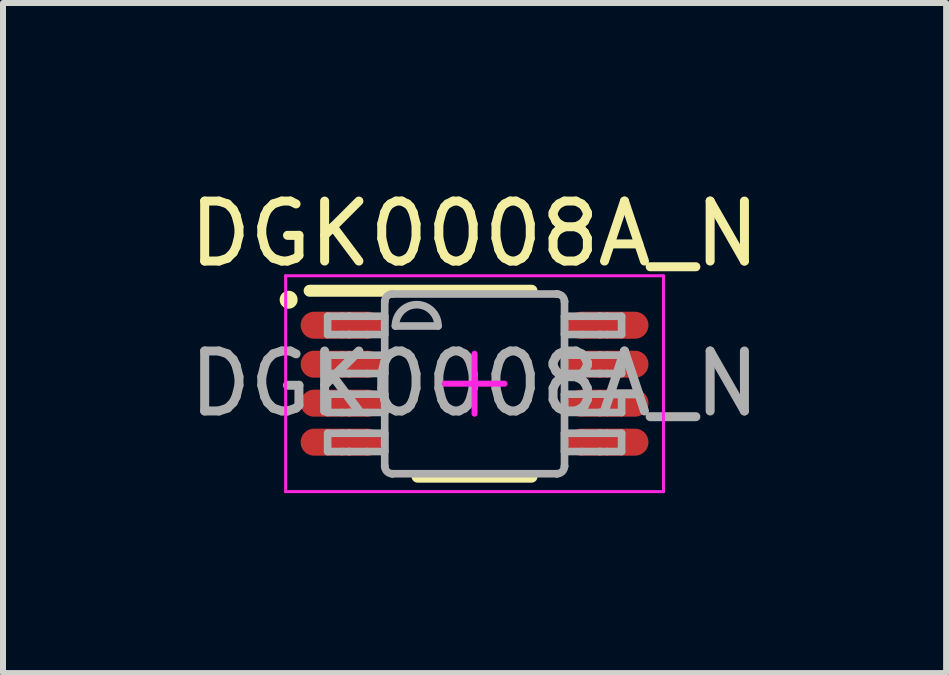
<source format=kicad_pcb>
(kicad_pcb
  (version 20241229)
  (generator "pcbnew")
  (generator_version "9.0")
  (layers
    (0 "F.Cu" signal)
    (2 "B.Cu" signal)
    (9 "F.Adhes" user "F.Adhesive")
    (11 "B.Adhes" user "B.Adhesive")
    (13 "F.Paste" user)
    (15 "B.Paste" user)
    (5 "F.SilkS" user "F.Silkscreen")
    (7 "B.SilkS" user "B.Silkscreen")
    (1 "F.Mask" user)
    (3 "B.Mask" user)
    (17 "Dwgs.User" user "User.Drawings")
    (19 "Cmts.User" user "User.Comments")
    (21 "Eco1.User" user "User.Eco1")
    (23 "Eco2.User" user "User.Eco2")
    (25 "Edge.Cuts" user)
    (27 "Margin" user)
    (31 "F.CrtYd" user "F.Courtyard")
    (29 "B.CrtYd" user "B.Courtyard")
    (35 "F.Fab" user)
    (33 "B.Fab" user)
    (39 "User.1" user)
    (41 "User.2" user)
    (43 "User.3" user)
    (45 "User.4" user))
  (footprint "DGK0008A_N"
    (layer "F.Cu")
    (at 4.863 3.348)
    (property "Reference" "DGK0008A_N" (at 0 -2.5 0) (unlocked yes) (layer "F.SilkS") (effects (font (size 1 1) (thickness 0.15))))
    (attr smd)
    (fp_line (start -2.75 -1.55) (end 0.95 -1.55) (stroke (width 0.2) (type solid)) (layer "F.SilkS"))
    (fp_line (start -0.95 1.55) (end 0.95 1.55) (stroke (width 0.2) (type solid)) (layer "F.SilkS"))
    (fp_circle (center -3.1 -1.4) (end -3 -1.4) (stroke (width 0.1) (type solid)) (fill yes) (layer "F.SilkS"))
    (fp_line (start -3.15 -1.8) (end 3.15 -1.8) (stroke (width 0.05) (type solid)) (layer "F.CrtYd"))
    (fp_line (start -3.15 1.8) (end -3.15 -1.8) (stroke (width 0.05) (type solid)) (layer "F.CrtYd"))
    (fp_line (start -3.15 1.8) (end 3.15 1.8) (stroke (width 0.05) (type solid)) (layer "F.CrtYd"))
    (fp_line (start -0.5 0) (end 0.5 0) (stroke (width 0.1) (type solid)) (layer "F.CrtYd"))
    (fp_line (start 0 0.5) (end 0 -0.5) (stroke (width 0.1) (type solid)) (layer "F.CrtYd"))
    (fp_line (start 3.15 1.8) (end 3.15 -1.8) (stroke (width 0.05) (type solid)) (layer "F.CrtYd"))
    (fp_line (start -2.45 -1.125) (end -2.21 -1.125) (stroke (width 0.127) (type solid)) (layer "F.Fab"))
    (fp_line (start -2.45 -0.82) (end -2.45 -1.125) (stroke (width 0.127) (type solid)) (layer "F.Fab"))
    (fp_line (start -2.45 -0.82) (end -2.21 -0.82) (stroke (width 0.127) (type solid)) (layer "F.Fab"))
    (fp_line (start -2.45 -0.475) (end -2.21 -0.475) (stroke (width 0.127) (type solid)) (layer "F.Fab"))
    (fp_line (start -2.45 -0.17) (end -2.45 -0.475) (stroke (width 0.127) (type solid)) (layer "F.Fab"))
    (fp_line (start -2.45 -0.17) (end -2.21 -0.17) (stroke (width 0.127) (type solid)) (layer "F.Fab"))
    (fp_line (start -2.45 0.175) (end -2.21 0.175) (stroke (width 0.127) (type solid)) (layer "F.Fab"))
    (fp_line (start -2.45 0.48) (end -2.45 0.175) (stroke (width 0.127) (type solid)) (layer "F.Fab"))
    (fp_line (start -2.45 0.48) (end -2.21 0.48) (stroke (width 0.127) (type solid)) (layer "F.Fab"))
    (fp_line (start -2.45 0.826) (end -2.21 0.826) (stroke (width 0.127) (type solid)) (layer "F.Fab"))
    (fp_line (start -2.45 1.131) (end -2.45 0.826) (stroke (width 0.127) (type solid)) (layer "F.Fab"))
    (fp_line (start -2.45 1.131) (end -2.21 1.131) (stroke (width 0.127) (type solid)) (layer "F.Fab"))
    (fp_line (start -2.21 -1.125) (end -2.091 -1.125) (stroke (width 0.127) (type solid)) (layer "F.Fab"))
    (fp_line (start -2.21 -0.82) (end -2.091 -0.82) (stroke (width 0.127) (type solid)) (layer "F.Fab"))
    (fp_line (start -2.21 -0.475) (end -2.091 -0.475) (stroke (width 0.127) (type solid)) (layer "F.Fab"))
    (fp_line (start -2.21 -0.17) (end -2.091 -0.17) (stroke (width 0.127) (type solid)) (layer "F.Fab"))
    (fp_line (start -2.21 0.175) (end -2.091 0.175) (stroke (width 0.127) (type solid)) (layer "F.Fab"))
    (fp_line (start -2.21 0.48) (end -2.091 0.48) (stroke (width 0.127) (type solid)) (layer "F.Fab"))
    (fp_line (start -2.21 0.826) (end -2.091 0.826) (stroke (width 0.127) (type solid)) (layer "F.Fab"))
    (fp_line (start -2.21 1.131) (end -2.091 1.131) (stroke (width 0.127) (type solid)) (layer "F.Fab"))
    (fp_line (start -2.091 -1.125) (end -2.087 -1.125) (stroke (width 0.127) (type solid)) (layer "F.Fab"))
    (fp_line (start -2.091 -0.82) (end -2.087 -0.82) (stroke (width 0.127) (type solid)) (layer "F.Fab"))
    (fp_line (start -2.091 -0.475) (end -2.087 -0.475) (stroke (width 0.127) (type solid)) (layer "F.Fab"))
    (fp_line (start -2.091 -0.17) (end -2.087 -0.17) (stroke (width 0.127) (type solid)) (layer "F.Fab"))
    (fp_line (start -2.091 0.175) (end -2.087 0.175) (stroke (width 0.127) (type solid)) (layer "F.Fab"))
    (fp_line (start -2.091 0.48) (end -2.087 0.48) (stroke (width 0.127) (type solid)) (layer "F.Fab"))
    (fp_line (start -2.091 0.826) (end -2.087 0.826) (stroke (width 0.127) (type solid)) (layer "F.Fab"))
    (fp_line (start -2.091 1.131) (end -2.087 1.131) (stroke (width 0.127) (type solid)) (layer "F.Fab"))
    (fp_line (start -2.087 -1.125) (end -1.784 -1.125) (stroke (width 0.127) (type solid)) (layer "F.Fab"))
    (fp_line (start -2.087 -0.82) (end -1.784 -0.82) (stroke (width 0.127) (type solid)) (layer "F.Fab"))
    (fp_line (start -2.087 -0.475) (end -1.784 -0.475) (stroke (width 0.127) (type solid)) (layer "F.Fab"))
    (fp_line (start -2.087 -0.17) (end -1.784 -0.17) (stroke (width 0.127) (type solid)) (layer "F.Fab"))
    (fp_line (start -2.087 0.175) (end -1.784 0.175) (stroke (width 0.127) (type solid)) (layer "F.Fab"))
    (fp_line (start -2.087 0.48) (end -1.784 0.48) (stroke (width 0.127) (type solid)) (layer "F.Fab"))
    (fp_line (start -2.087 0.826) (end -1.784 0.826) (stroke (width 0.127) (type solid)) (layer "F.Fab"))
    (fp_line (start -2.087 1.131) (end -1.784 1.131) (stroke (width 0.127) (type solid)) (layer "F.Fab"))
    (fp_line (start -1.784 -1.125) (end -1.498 -1.125) (stroke (width 0.127) (type solid)) (layer "F.Fab"))
    (fp_line (start -1.784 -0.82) (end -1.498 -0.82) (stroke (width 0.127) (type solid)) (layer "F.Fab"))
    (fp_line (start -1.784 -0.475) (end -1.498 -0.475) (stroke (width 0.127) (type solid)) (layer "F.Fab"))
    (fp_line (start -1.784 -0.17) (end -1.498 -0.17) (stroke (width 0.127) (type solid)) (layer "F.Fab"))
    (fp_line (start -1.784 0.175) (end -1.498 0.175) (stroke (width 0.127) (type solid)) (layer "F.Fab"))
    (fp_line (start -1.784 0.48) (end -1.498 0.48) (stroke (width 0.127) (type solid)) (layer "F.Fab"))
    (fp_line (start -1.784 0.826) (end -1.498 0.826) (stroke (width 0.127) (type solid)) (layer "F.Fab"))
    (fp_line (start -1.784 1.131) (end -1.498 1.131) (stroke (width 0.127) (type solid)) (layer "F.Fab"))
    (fp_line (start -1.498 -1.369) (end -1.497 -1.372) (stroke (width 0.127) (type solid)) (layer "F.Fab"))
    (fp_line (start -1.498 -0.82) (end -1.498 -1.125) (stroke (width 0.127) (type solid)) (layer "F.Fab"))
    (fp_line (start -1.498 -0.17) (end -1.498 -0.475) (stroke (width 0.127) (type solid)) (layer "F.Fab"))
    (fp_line (start -1.498 0.48) (end -1.498 0.175) (stroke (width 0.127) (type solid)) (layer "F.Fab"))
    (fp_line (start -1.498 1.131) (end -1.498 0.826) (stroke (width 0.127) (type solid)) (layer "F.Fab"))
    (fp_line (start -1.498 1.374) (end -1.498 -1.369) (stroke (width 0.127) (type solid)) (layer "F.Fab"))
    (fp_line (start -1.498 1.374) (end -1.497 1.377) (stroke (width 0.127) (type solid)) (layer "F.Fab"))
    (fp_line (start -1.373 -1.496) (end -1.371 -1.496) (stroke (width 0.127) (type solid)) (layer "F.Fab"))
    (fp_line (start -1.373 1.501) (end -1.371 1.501) (stroke (width 0.127) (type solid)) (layer "F.Fab"))
    (fp_line (start -1.371 -1.496) (end 1.373 -1.496) (stroke (width 0.127) (type solid)) (layer "F.Fab"))
    (fp_line (start -1.371 1.501) (end 1.373 1.501) (stroke (width 0.127) (type solid)) (layer "F.Fab"))
    (fp_line (start -1.32 -0.962) (end -0.609 -0.962) (stroke (width 0.127) (type solid)) (layer "F.Fab"))
    (fp_line (start 1.373 -1.496) (end 1.375 -1.496) (stroke (width 0.127) (type solid)) (layer "F.Fab"))
    (fp_line (start 1.373 1.501) (end 1.375 1.501) (stroke (width 0.127) (type solid)) (layer "F.Fab"))
    (fp_line (start 1.5 -1.372) (end 1.5 -1.369) (stroke (width 0.127) (type solid)) (layer "F.Fab"))
    (fp_line (start 1.5 1.377) (end 1.5 1.374) (stroke (width 0.127) (type solid)) (layer "F.Fab"))
    (fp_line (start 1.5 -1.125) (end 1.786 -1.125) (stroke (width 0.127) (type solid)) (layer "F.Fab"))
    (fp_line (start 1.5 -0.82) (end 1.5 -1.125) (stroke (width 0.127) (type solid)) (layer "F.Fab"))
    (fp_line (start 1.5 -0.82) (end 1.786 -0.82) (stroke (width 0.127) (type solid)) (layer "F.Fab"))
    (fp_line (start 1.5 -0.475) (end 1.786 -0.475) (stroke (width 0.127) (type solid)) (layer "F.Fab"))
    (fp_line (start 1.5 -0.17) (end 1.5 -0.475) (stroke (width 0.127) (type solid)) (layer "F.Fab"))
    (fp_line (start 1.5 -0.17) (end 1.786 -0.17) (stroke (width 0.127) (type solid)) (layer "F.Fab"))
    (fp_line (start 1.5 0.175) (end 1.786 0.175) (stroke (width 0.127) (type solid)) (layer "F.Fab"))
    (fp_line (start 1.5 0.48) (end 1.5 0.175) (stroke (width 0.127) (type solid)) (layer "F.Fab"))
    (fp_line (start 1.5 0.48) (end 1.786 0.48) (stroke (width 0.127) (type solid)) (layer "F.Fab"))
    (fp_line (start 1.5 0.826) (end 1.786 0.826) (stroke (width 0.127) (type solid)) (layer "F.Fab"))
    (fp_line (start 1.5 1.131) (end 1.5 0.826) (stroke (width 0.127) (type solid)) (layer "F.Fab"))
    (fp_line (start 1.5 1.131) (end 1.786 1.131) (stroke (width 0.127) (type solid)) (layer "F.Fab"))
    (fp_line (start 1.5 1.374) (end 1.5 -1.369) (stroke (width 0.127) (type solid)) (layer "F.Fab"))
    (fp_line (start 1.786 -1.125) (end 2.089 -1.125) (stroke (width 0.127) (type solid)) (layer "F.Fab"))
    (fp_line (start 1.786 -0.82) (end 2.089 -0.82) (stroke (width 0.127) (type solid)) (layer "F.Fab"))
    (fp_line (start 1.786 -0.475) (end 2.089 -0.475) (stroke (width 0.127) (type solid)) (layer "F.Fab"))
    (fp_line (start 1.786 -0.17) (end 2.089 -0.17) (stroke (width 0.127) (type solid)) (layer "F.Fab"))
    (fp_line (start 1.786 0.175) (end 2.089 0.175) (stroke (width 0.127) (type solid)) (layer "F.Fab"))
    (fp_line (start 1.786 0.48) (end 2.089 0.48) (stroke (width 0.127) (type solid)) (layer "F.Fab"))
    (fp_line (start 1.786 0.826) (end 2.089 0.826) (stroke (width 0.127) (type solid)) (layer "F.Fab"))
    (fp_line (start 1.786 1.131) (end 2.089 1.131) (stroke (width 0.127) (type solid)) (layer "F.Fab"))
    (fp_line (start 2.089 -1.125) (end 2.093 -1.125) (stroke (width 0.127) (type solid)) (layer "F.Fab"))
    (fp_line (start 2.089 -0.82) (end 2.093 -0.82) (stroke (width 0.127) (type solid)) (layer "F.Fab"))
    (fp_line (start 2.089 -0.475) (end 2.093 -0.475) (stroke (width 0.127) (type solid)) (layer "F.Fab"))
    (fp_line (start 2.089 -0.17) (end 2.093 -0.17) (stroke (width 0.127) (type solid)) (layer "F.Fab"))
    (fp_line (start 2.089 0.175) (end 2.093 0.175) (stroke (width 0.127) (type solid)) (layer "F.Fab"))
    (fp_line (start 2.089 0.48) (end 2.093 0.48) (stroke (width 0.127) (type solid)) (layer "F.Fab"))
    (fp_line (start 2.089 0.826) (end 2.093 0.826) (stroke (width 0.127) (type solid)) (layer "F.Fab"))
    (fp_line (start 2.089 1.131) (end 2.093 1.131) (stroke (width 0.127) (type solid)) (layer "F.Fab"))
    (fp_line (start 2.093 -1.125) (end 2.213 -1.125) (stroke (width 0.127) (type solid)) (layer "F.Fab"))
    (fp_line (start 2.093 -0.82) (end 2.213 -0.82) (stroke (width 0.127) (type solid)) (layer "F.Fab"))
    (fp_line (start 2.093 -0.475) (end 2.213 -0.475) (stroke (width 0.127) (type solid)) (layer "F.Fab"))
    (fp_line (start 2.093 -0.17) (end 2.213 -0.17) (stroke (width 0.127) (type solid)) (layer "F.Fab"))
    (fp_line (start 2.093 0.175) (end 2.213 0.175) (stroke (width 0.127) (type solid)) (layer "F.Fab"))
    (fp_line (start 2.093 0.48) (end 2.213 0.48) (stroke (width 0.127) (type solid)) (layer "F.Fab"))
    (fp_line (start 2.093 0.826) (end 2.213 0.826) (stroke (width 0.127) (type solid)) (layer "F.Fab"))
    (fp_line (start 2.093 1.131) (end 2.213 1.131) (stroke (width 0.127) (type solid)) (layer "F.Fab"))
    (fp_line (start 2.213 -1.125) (end 2.452 -1.125) (stroke (width 0.127) (type solid)) (layer "F.Fab"))
    (fp_line (start 2.213 -0.82) (end 2.452 -0.82) (stroke (width 0.127) (type solid)) (layer "F.Fab"))
    (fp_line (start 2.213 -0.475) (end 2.452 -0.475) (stroke (width 0.127) (type solid)) (layer "F.Fab"))
    (fp_line (start 2.213 -0.17) (end 2.452 -0.17) (stroke (width 0.127) (type solid)) (layer "F.Fab"))
    (fp_line (start 2.213 0.175) (end 2.452 0.175) (stroke (width 0.127) (type solid)) (layer "F.Fab"))
    (fp_line (start 2.213 0.48) (end 2.452 0.48) (stroke (width 0.127) (type solid)) (layer "F.Fab"))
    (fp_line (start 2.213 0.826) (end 2.452 0.826) (stroke (width 0.127) (type solid)) (layer "F.Fab"))
    (fp_line (start 2.213 1.131) (end 2.452 1.131) (stroke (width 0.127) (type solid)) (layer "F.Fab"))
    (fp_line (start 2.452 -0.82) (end 2.452 -1.125) (stroke (width 0.127) (type solid)) (layer "F.Fab"))
    (fp_line (start 2.452 -0.17) (end 2.452 -0.475) (stroke (width 0.127) (type solid)) (layer "F.Fab"))
    (fp_line (start 2.452 0.48) (end 2.452 0.175) (stroke (width 0.127) (type solid)) (layer "F.Fab"))
    (fp_line (start 2.452 1.131) (end 2.452 0.826) (stroke (width 0.127) (type solid)) (layer "F.Fab"))
    (fp_arc (start -1.497476 -1.371582) (mid -1.460306 -1.458644) (end -1.373243 -1.495814) (stroke (width 0.127) (type solid)) (layer "F.Fab"))
    (fp_arc (start -1.373243 1.501336) (mid -1.460306 1.464166) (end -1.497476 1.377104) (stroke (width 0.127) (type solid)) (layer "F.Fab"))
    (fp_arc (start -1.3197 -0.962439) (mid -0.9641 -1.318039) (end -0.6085 -0.962439) (stroke (width 0.127) (type solid)) (layer "F.Fab"))
    (fp_arc (start 1.375443 -1.495814) (mid 1.462505 -1.458644) (end 1.499675 -1.371582) (stroke (width 0.127) (type solid)) (layer "F.Fab"))
    (fp_arc (start 1.499675 1.377104) (mid 1.462505 1.464166) (end 1.375443 1.501336) (stroke (width 0.127) (type solid)) (layer "F.Fab"))
    (fp_text user "${REFERENCE}" (at 0 0 0) (unlocked yes) (layer "F.Fab") (effects (font (size 1 1) (thickness 0.15))))
    (pad "1" smd oval (at -2.225 -0.975 90) (size 0.45 1.35) (layers "F.Cu" "F.Mask" "F.Paste"))
    (pad "2" smd oval (at -2.225 -0.325 90) (size 0.45 1.35) (layers "F.Cu" "F.Mask" "F.Paste"))
    (pad "3" smd oval (at -2.225 0.325 90) (size 0.45 1.35) (layers "F.Cu" "F.Mask" "F.Paste"))
    (pad "4" smd oval (at -2.225 0.975 90) (size 0.45 1.35) (layers "F.Cu" "F.Mask" "F.Paste"))
    (pad "5" smd oval (at 2.225 0.975 90) (size 0.45 1.35) (layers "F.Cu" "F.Mask" "F.Paste"))
    (pad "6" smd oval (at 2.225 0.325 90) (size 0.45 1.35) (layers "F.Cu" "F.Mask" "F.Paste"))
    (pad "7" smd oval (at 2.225 -0.325 90) (size 0.45 1.35) (layers "F.Cu" "F.Mask" "F.Paste"))
    (pad "8" smd oval (at 2.225 -0.975 90) (size 0.45 1.35) (layers "F.Cu" "F.Mask" "F.Paste")))
  (gr_rect
    (start -3 -3)
    (end 12.726 8.173)
    (stroke (width 0.1) (type default))
    (fill no)
    (layer "Edge.Cuts")))
</source>
